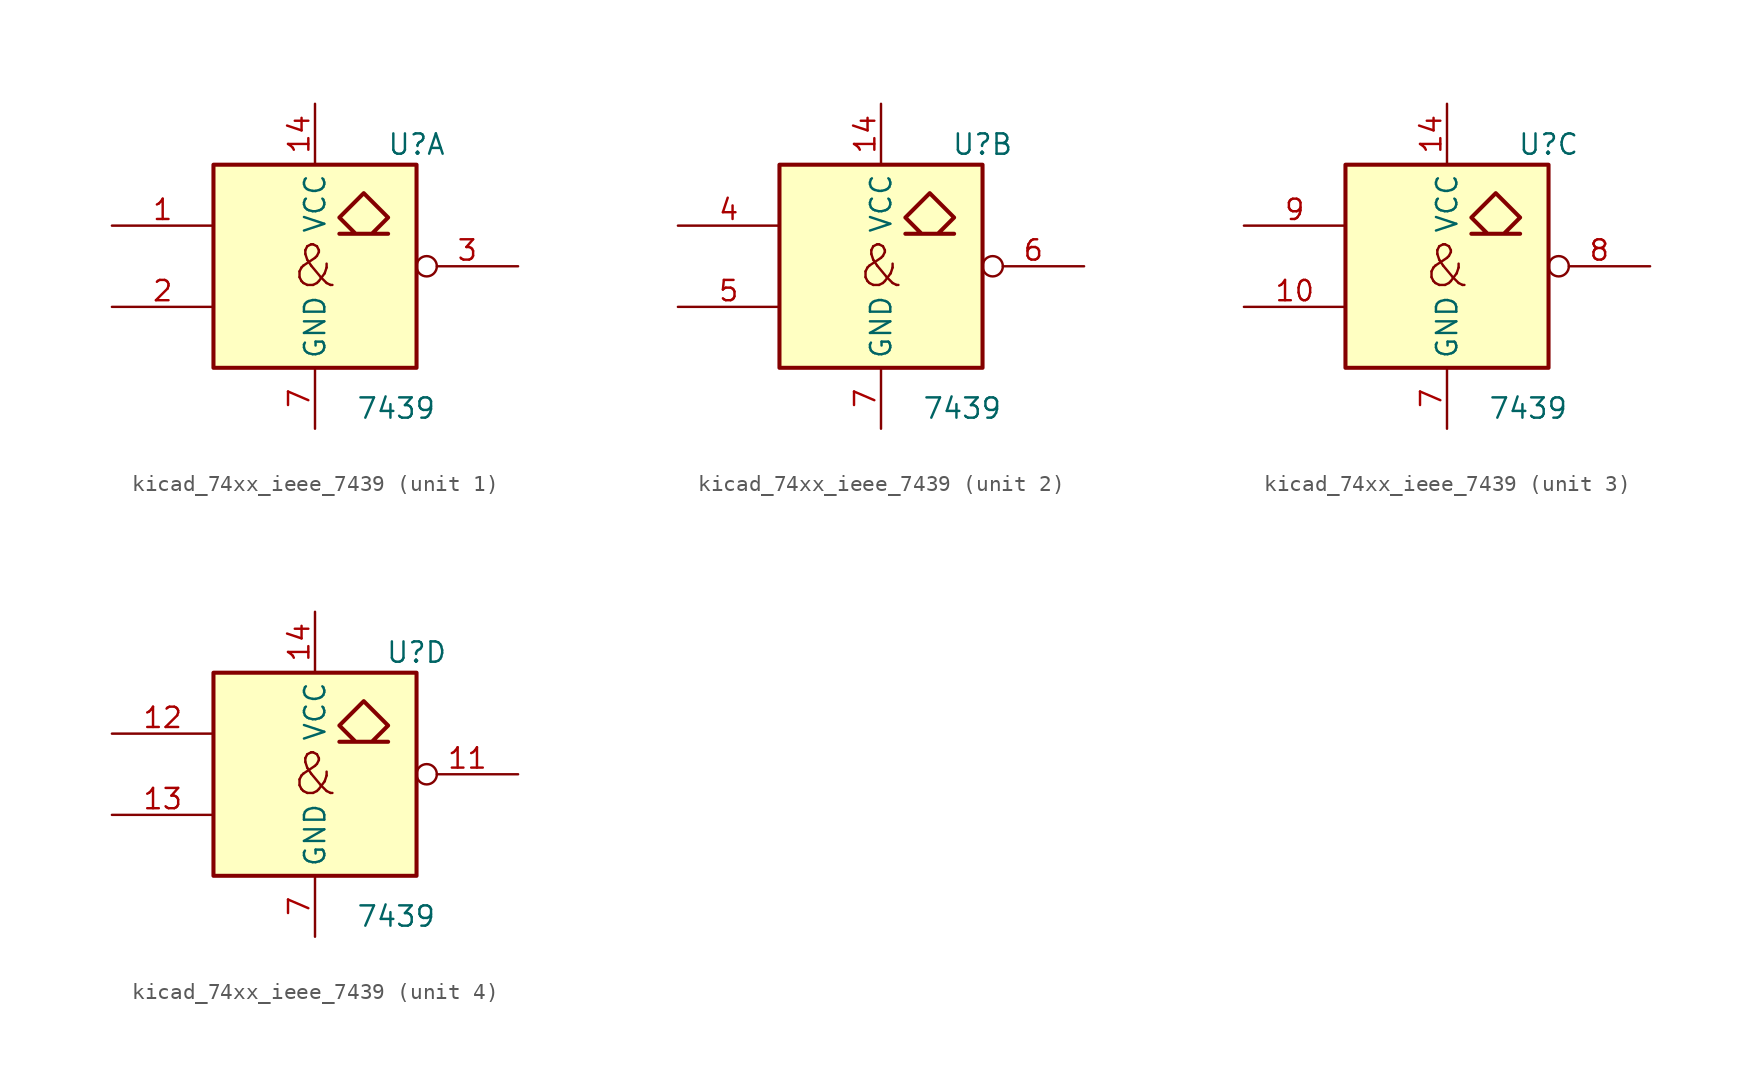
<source format=kicad_sym>
(kicad_symbol_lib
  (version 20220914)
  (generator kicad_symbol_editor)
  (symbol "kicad_74xx_ieee_7439"
    (property "Reference" "U"
      (at 6.35 7.62 0)
      (effects (font (size 1.27 1.27))))
    (property "Value" "7439"
      (at 5.08 -8.89 0)
      (effects (font (size 1.27 1.27))))
    (symbol "kicad_74xx_ieee_7439_0_0"
      (polyline (pts (xy 2.54 2.032) (xy 1.524 3.048) (xy 3.048 4.572) (xy 4.572 3.048) (xy 3.556 2.032) (xy 4.572 2.032) (xy 1.524 2.032) (xy 1.524 2.032)) (stroke (width 0.254) (type default)) (fill (type background)))
      (text "&" (at 0 0 0) (effects (font (size 2.54 2.54)))))
    (symbol "kicad_74xx_ieee_7439_0_1"
      (rectangle (start -6.35 6.35) (end 6.35 -6.35) (stroke (width 0.254) (type default)) (fill (type background)))
      (pin power_in line (at 0 10.16 270) (length 3.81) (name "VCC" (effects (font (size 1.27 1.27)))) (number "14" (effects (font (size 1.27 1.27)))))
      (pin power_in line (at 0 -10.16 90) (length 3.81) (name "GND" (effects (font (size 1.27 1.27)))) (number "7" (effects (font (size 1.27 1.27))))))
    (symbol "kicad_74xx_ieee_7439_1_1"
      (pin input line (at -12.7 2.54 0) (length 6.35) (name "~" (effects (font (size 1.27 1.27)))) (number "1" (effects (font (size 1.27 1.27)))))
      (pin input line (at -12.7 -2.54 0) (length 6.35) (name "~" (effects (font (size 1.27 1.27)))) (number "2" (effects (font (size 1.27 1.27)))))
      (pin open_collector inverted (at 12.7 0 180) (length 6.35) (name "~" (effects (font (size 1.27 1.27)))) (number "3" (effects (font (size 1.27 1.27))))))
    (symbol "kicad_74xx_ieee_7439_2_1"
      (pin input line (at -12.7 2.54 0) (length 6.35) (name "~" (effects (font (size 1.27 1.27)))) (number "4" (effects (font (size 1.27 1.27)))))
      (pin input line (at -12.7 -2.54 0) (length 6.35) (name "~" (effects (font (size 1.27 1.27)))) (number "5" (effects (font (size 1.27 1.27)))))
      (pin open_collector inverted (at 12.7 0 180) (length 6.35) (name "~" (effects (font (size 1.27 1.27)))) (number "6" (effects (font (size 1.27 1.27))))))
    (symbol "kicad_74xx_ieee_7439_3_1"
      (pin input line (at -12.7 -2.54 0) (length 6.35) (name "~" (effects (font (size 1.27 1.27)))) (number "10" (effects (font (size 1.27 1.27)))))
      (pin open_collector inverted (at 12.7 0 180) (length 6.35) (name "~" (effects (font (size 1.27 1.27)))) (number "8" (effects (font (size 1.27 1.27)))))
      (pin input line (at -12.7 2.54 0) (length 6.35) (name "~" (effects (font (size 1.27 1.27)))) (number "9" (effects (font (size 1.27 1.27))))))
    (symbol "kicad_74xx_ieee_7439_4_1"
      (pin open_collector inverted (at 12.7 0 180) (length 6.35) (name "~" (effects (font (size 1.27 1.27)))) (number "11" (effects (font (size 1.27 1.27)))))
      (pin input line (at -12.7 2.54 0) (length 6.35) (name "~" (effects (font (size 1.27 1.27)))) (number "12" (effects (font (size 1.27 1.27)))))
      (pin input line (at -12.7 -2.54 0) (length 6.35) (name "~" (effects (font (size 1.27 1.27)))) (number "13" (effects (font (size 1.27 1.27))))))))
</source>
